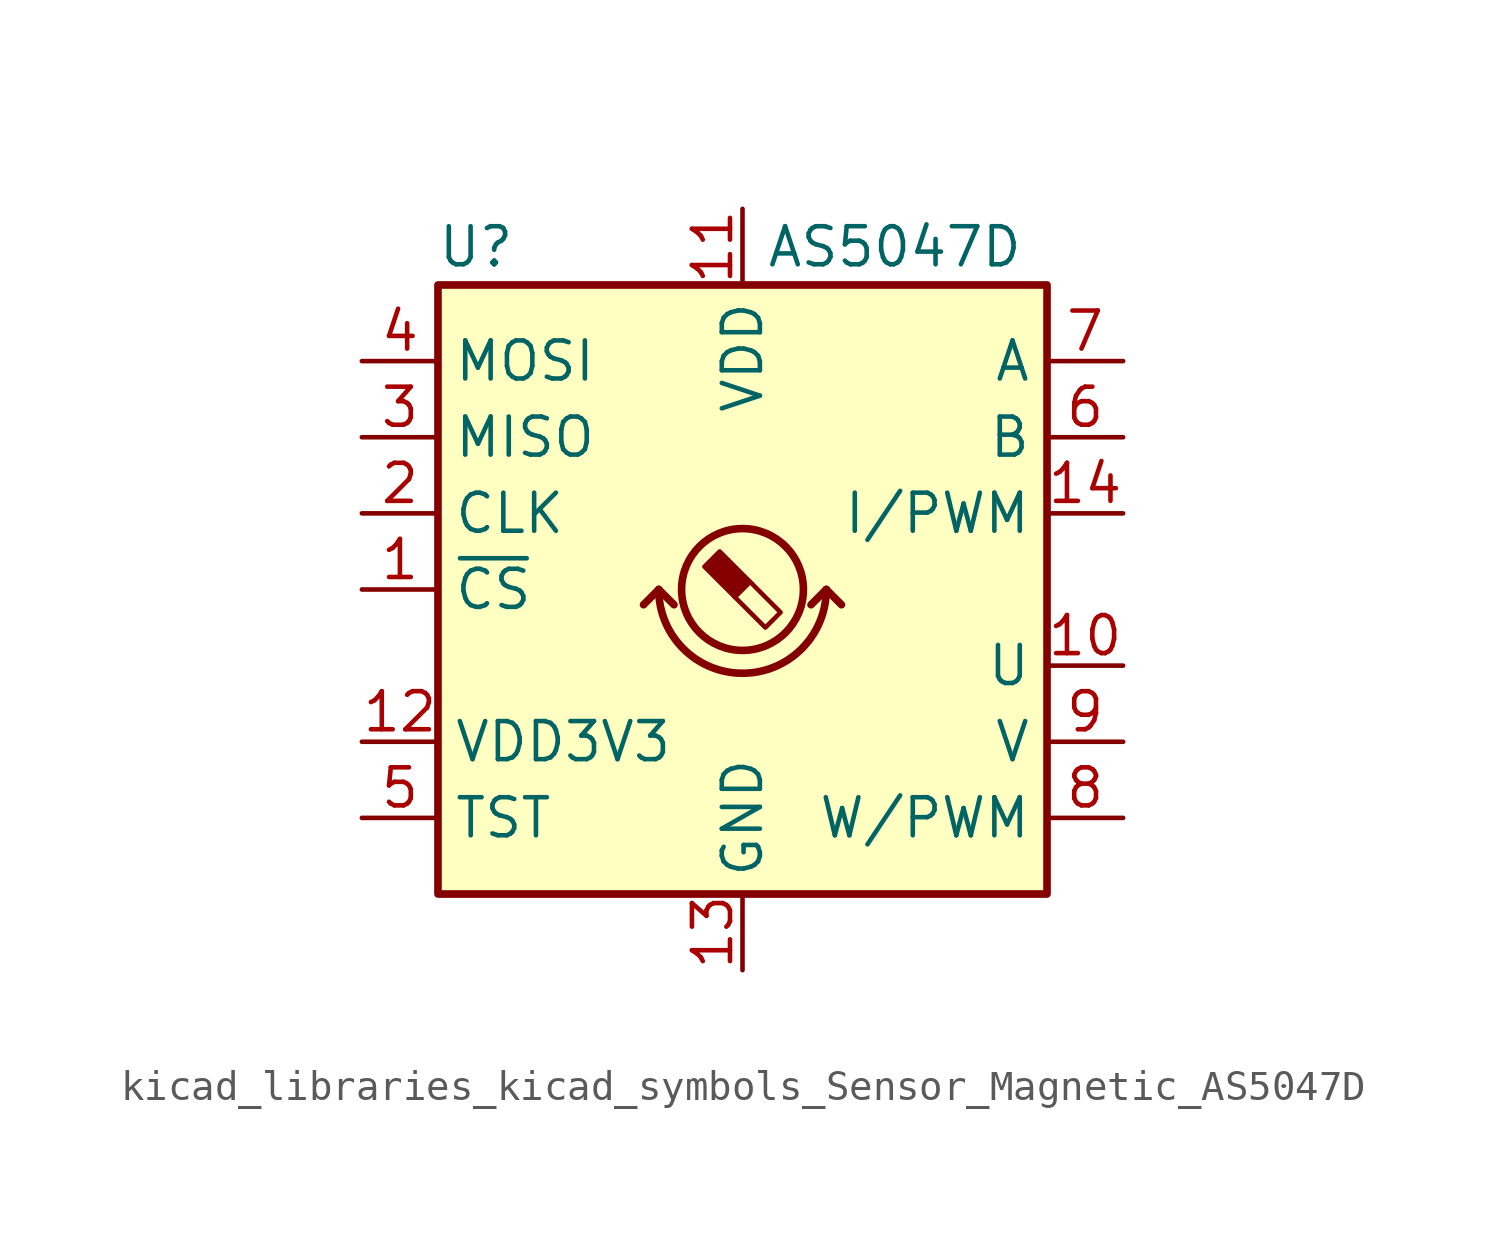
<source format=kicad_sym>
(kicad_symbol_lib
  (version 20220914)
  (generator kicad_symbol_editor)
  (symbol "kicad_libraries_kicad_symbols_Sensor_Magnetic_AS5047D"
    (property "Reference" "U"
      (at -8.89 11.43 0)
      (effects (font (size 1.27 1.27))))
    (property "Value" "AS5047D"
      (at 5.08 11.43 0)
      (effects (font (size 1.27 1.27))))
    (symbol "kicad_libraries_kicad_symbols_Sensor_Magnetic_AS5047D_1_1"
      (rectangle (start -10.16 10.16) (end 10.16 -10.16) (stroke (width 0.254) (type default)) (fill (type background)))
      (arc (start -2.794 0) (mid 0 -2.7819) (end 2.794 0) (stroke (width 0.254) (type default)) (fill (type none)))
      (polyline (pts (xy -2.794 0) (xy -3.302 -0.508)) (stroke (width 0.254) (type default)) (fill (type none)))
      (polyline (pts (xy -2.794 0) (xy -2.286 -0.508)) (stroke (width 0.254) (type default)) (fill (type none)))
      (polyline (pts (xy 2.794 0) (xy 2.286 -0.508)) (stroke (width 0.254) (type default)) (fill (type none)))
      (polyline (pts (xy 2.794 0) (xy 3.302 -0.508)) (stroke (width 0.254) (type default)) (fill (type none)))
      (polyline (pts (xy 0.254 0.254) (xy 1.27 -0.762) (xy 0.762 -1.27) (xy -0.254 -0.254)) (stroke (width 0) (type default)) (fill (type none)))
      (polyline (pts (xy -0.762 1.27) (xy 0.254 0.254) (xy -0.254 -0.254) (xy -1.27 0.762) (xy -1.016 1.016) (xy -0.762 1.27) (xy -0.635 1.143)) (stroke (width 0) (type default)) (fill (type outline)))
      (circle (center 0 0) (radius 2.032) (stroke (width 0.254) (type default)) (fill (type none)))
      (pin input line (at -12.7 0 0) (length 2.54) (name "~{CS}" (effects (font (size 1.27 1.27)))) (number "1" (effects (font (size 1.27 1.27)))))
      (pin output line (at 12.7 -2.54 180) (length 2.54) (name "U" (effects (font (size 1.27 1.27)))) (number "10" (effects (font (size 1.27 1.27)))))
      (pin power_in line (at 0 12.7 270) (length 2.54) (name "VDD" (effects (font (size 1.27 1.27)))) (number "11" (effects (font (size 1.27 1.27)))))
      (pin power_out line (at -12.7 -5.08 0) (length 2.54) (name "VDD3V3" (effects (font (size 1.27 1.27)))) (number "12" (effects (font (size 1.27 1.27)))))
      (pin power_in line (at 0 -12.7 90) (length 2.54) (name "GND" (effects (font (size 1.27 1.27)))) (number "13" (effects (font (size 1.27 1.27)))))
      (pin output line (at 12.7 2.54 180) (length 2.54) (name "I/PWM" (effects (font (size 1.27 1.27)))) (number "14" (effects (font (size 1.27 1.27)))))
      (pin input line (at -12.7 2.54 0) (length 2.54) (name "CLK" (effects (font (size 1.27 1.27)))) (number "2" (effects (font (size 1.27 1.27)))))
      (pin output line (at -12.7 5.08 0) (length 2.54) (name "MISO" (effects (font (size 1.27 1.27)))) (number "3" (effects (font (size 1.27 1.27)))))
      (pin input line (at -12.7 7.62 0) (length 2.54) (name "MOSI" (effects (font (size 1.27 1.27)))) (number "4" (effects (font (size 1.27 1.27)))))
      (pin input line (at -12.7 -7.62 0) (length 2.54) (name "TST" (effects (font (size 1.27 1.27)))) (number "5" (effects (font (size 1.27 1.27)))))
      (pin output line (at 12.7 5.08 180) (length 2.54) (name "B" (effects (font (size 1.27 1.27)))) (number "6" (effects (font (size 1.27 1.27)))))
      (pin output line (at 12.7 7.62 180) (length 2.54) (name "A" (effects (font (size 1.27 1.27)))) (number "7" (effects (font (size 1.27 1.27)))))
      (pin output line (at 12.7 -7.62 180) (length 2.54) (name "W/PWM" (effects (font (size 1.27 1.27)))) (number "8" (effects (font (size 1.27 1.27)))))
      (pin output line (at 12.7 -5.08 180) (length 2.54) (name "V" (effects (font (size 1.27 1.27)))) (number "9" (effects (font (size 1.27 1.27))))))))
</source>
